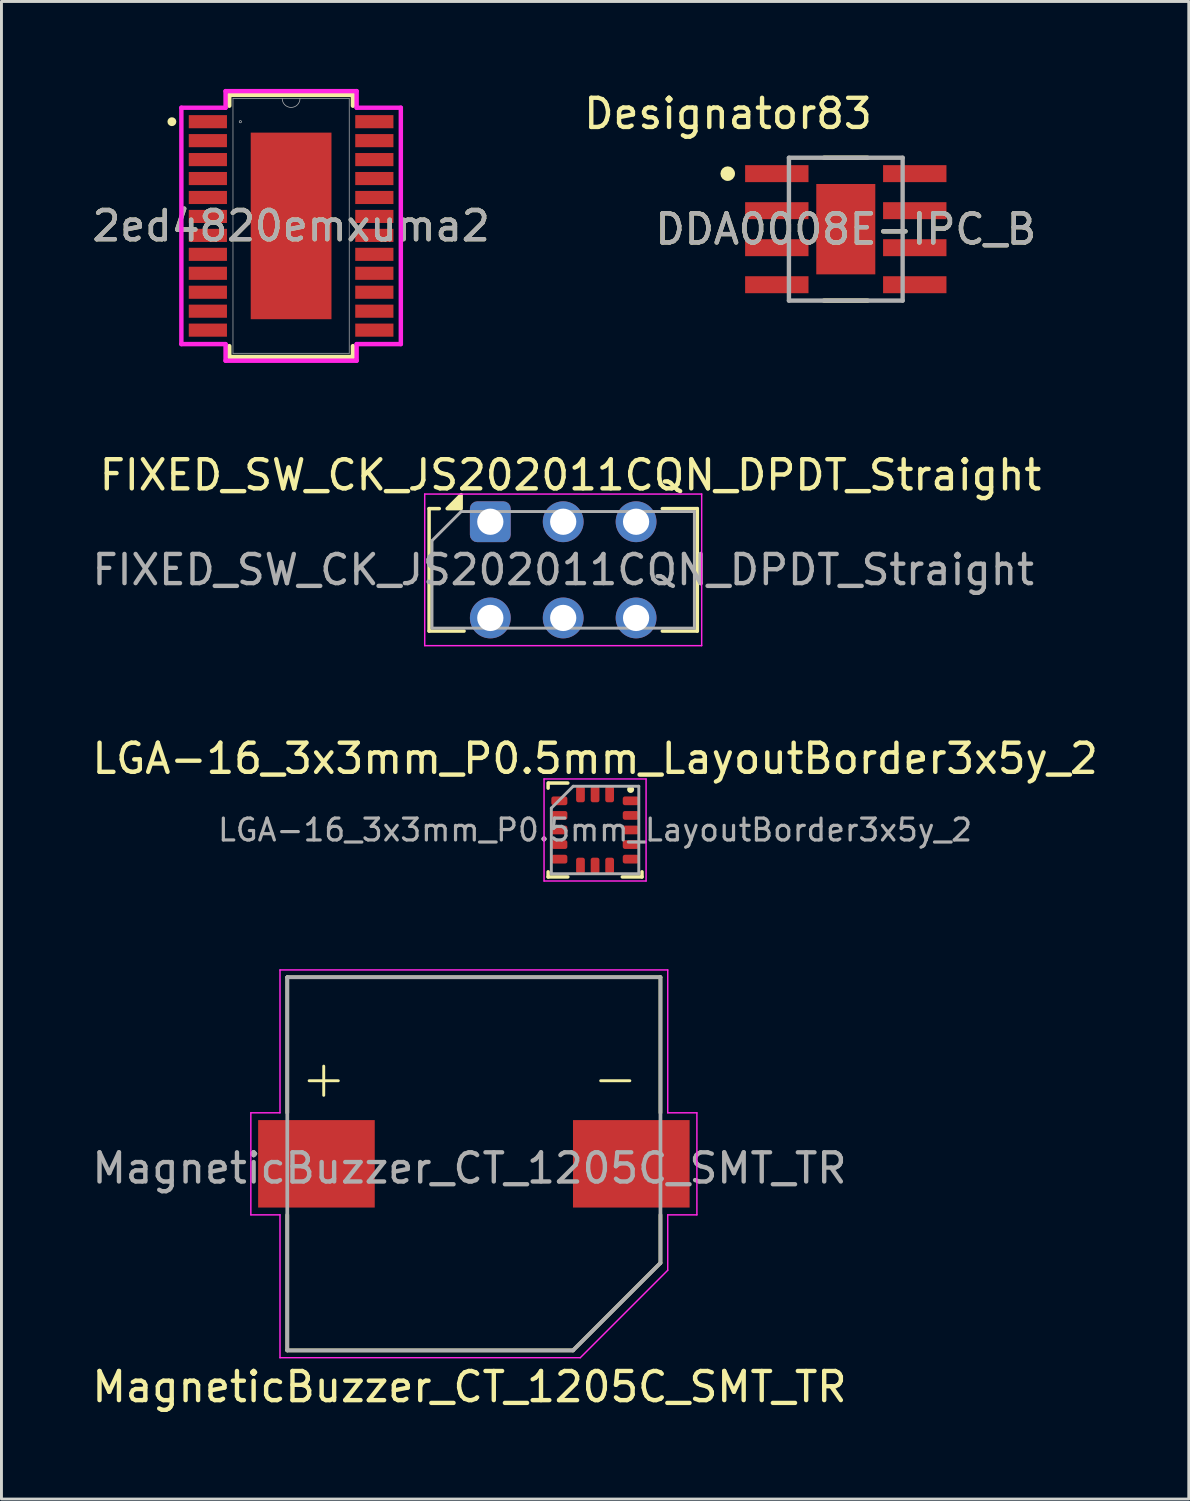
<source format=kicad_pcb>
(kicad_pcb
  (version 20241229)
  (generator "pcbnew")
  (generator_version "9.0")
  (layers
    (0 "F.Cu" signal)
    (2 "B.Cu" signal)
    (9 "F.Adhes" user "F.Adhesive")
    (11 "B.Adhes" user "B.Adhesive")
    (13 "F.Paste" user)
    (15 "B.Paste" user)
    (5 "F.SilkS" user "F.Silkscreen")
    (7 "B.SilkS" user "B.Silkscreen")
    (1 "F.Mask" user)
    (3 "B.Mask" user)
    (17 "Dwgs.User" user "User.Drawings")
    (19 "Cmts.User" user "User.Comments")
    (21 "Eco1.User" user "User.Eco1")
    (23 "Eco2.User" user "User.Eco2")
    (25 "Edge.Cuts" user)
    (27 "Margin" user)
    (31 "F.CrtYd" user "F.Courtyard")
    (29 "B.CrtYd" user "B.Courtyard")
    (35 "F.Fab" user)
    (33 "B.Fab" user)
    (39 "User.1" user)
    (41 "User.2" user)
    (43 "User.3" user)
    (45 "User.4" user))
  (footprint "FIXED_SW_CK_JS202011CQN_DPDT_Straight"
    (layer "F.Cu")
    (at 13.768 14.846)
    (property "Reference" "FIXED_SW_CK_JS202011CQN_DPDT_Straight" (at 2.75 -1.6 0) (layer "F.SilkS") (effects (font (size 1 1) (thickness 0.15))))
    (attr through_hole)
    (fp_line (start -2.1 -0.45) (end -2.1 3.75) (stroke (width 0.12) (type solid)) (layer "F.SilkS"))
    (fp_line (start -2.1 3.75) (end -0.9 3.75) (stroke (width 0.12) (type solid)) (layer "F.SilkS"))
    (fp_line (start -1.75 -0.45) (end -2.1 -0.45) (stroke (width 0.12) (type solid)) (layer "F.SilkS"))
    (fp_line (start 5.9 -0.45) (end 7.1 -0.45) (stroke (width 0.12) (type solid)) (layer "F.SilkS"))
    (fp_line (start 7.1 -0.45) (end 7.1 3.75) (stroke (width 0.12) (type solid)) (layer "F.SilkS"))
    (fp_line (start 7.1 3.75) (end 5.9 3.75) (stroke (width 0.12) (type solid)) (layer "F.SilkS"))
    (fp_poly (pts (xy -1 -0.45) (xy -1.48 -0.45) (xy -1 -0.93) (xy -1 -0.45)) (stroke (width 0.12) (type solid)) (fill yes) (layer "F.SilkS"))
    (fp_line (start -2.25 -0.95) (end 7.25 -0.95) (stroke (width 0.05) (type solid)) (layer "F.CrtYd"))
    (fp_line (start -2.25 4.25) (end -2.25 -0.95) (stroke (width 0.05) (type solid)) (layer "F.CrtYd"))
    (fp_line (start 7.25 -0.95) (end 7.25 4.25) (stroke (width 0.05) (type solid)) (layer "F.CrtYd"))
    (fp_line (start 7.25 4.25) (end -2.25 4.25) (stroke (width 0.05) (type solid)) (layer "F.CrtYd"))
    (fp_line (start -2 3.65) (end -2 0.65) (stroke (width 0.1) (type solid)) (layer "F.Fab"))
    (fp_line (start -1 -0.35) (end -2 0.65) (stroke (width 0.1) (type solid)) (layer "F.Fab"))
    (fp_line (start -1 -0.35) (end 7 -0.35) (stroke (width 0.1) (type solid)) (layer "F.Fab"))
    (fp_line (start 7 -0.35) (end 7 3.65) (stroke (width 0.1) (type solid)) (layer "F.Fab"))
    (fp_line (start 7 3.65) (end -2 3.65) (stroke (width 0.1) (type solid)) (layer "F.Fab"))
    (fp_text user "${REFERENCE}" (at 2.5 1.65 0) (layer "F.Fab") (effects (font (size 1 1) (thickness 0.15))))
    (pad "1" thru_hole circle (at 0 3.3) (size 1.4 1.4) (drill 0.9) (layers "*.Cu" "*.Mask"))
    (pad "2" thru_hole circle (at 2.5 3.3) (size 1.4 1.4) (drill 0.9) (layers "*.Cu" "*.Mask"))
    (pad "3" thru_hole circle (at 5 3.3) (size 1.4 1.4) (drill 0.9) (layers "*.Cu" "*.Mask"))
    (pad "4" thru_hole roundrect (at 0 0) (size 1.4 1.4) (drill 0.9) (layers "*.Cu" "*.Mask") (roundrect_rratio 0.179))
    (pad "5" thru_hole circle (at 2.5 0) (size 1.4 1.4) (drill 0.9) (layers "*.Cu" "*.Mask"))
    (pad "6" thru_hole circle (at 5 0) (size 1.4 1.4) (drill 0.9) (layers "*.Cu" "*.Mask")))
  (footprint "LGA-16_3x3mm_P0.5mm_LayoutBorder3x5y_2"
    (layer "F.Cu")
    (at 17.361 25.419)
    (property "Reference" "LGA-16_3x3mm_P0.5mm_LayoutBorder3x5y_2" (at 0.003 -2.45 0) (layer "F.SilkS") (effects (font (size 1 1) (thickness 0.15))))
    (attr smd)
    (fp_line (start -1.61 -1.61) (end -1.61 -1.435) (stroke (width 0.12) (type solid)) (layer "F.SilkS"))
    (fp_line (start -1.61 1.61) (end -1.61 1.435) (stroke (width 0.12) (type solid)) (layer "F.SilkS"))
    (fp_line (start -0.935 -1.61) (end -1.597 -1.61) (stroke (width 0.12) (type solid)) (layer "F.SilkS"))
    (fp_line (start -0.935 1.61) (end -1.61 1.61) (stroke (width 0.12) (type solid)) (layer "F.SilkS"))
    (fp_line (start 0.935 1.61) (end 1.61 1.61) (stroke (width 0.12) (type solid)) (layer "F.SilkS"))
    (fp_line (start 1.61 1.61) (end 1.61 1.435) (stroke (width 0.12) (type solid)) (layer "F.SilkS"))
    (fp_circle (center 1.22 -1.39) (end 1.15 -1.4) (stroke (width 0.1) (type default)) (fill yes) (layer "F.SilkS"))
    (fp_line (start -1.75 -1.75) (end -1.75 1.75) (stroke (width 0.05) (type solid)) (layer "F.CrtYd"))
    (fp_line (start -1.75 1.75) (end 1.75 1.75) (stroke (width 0.05) (type solid)) (layer "F.CrtYd"))
    (fp_line (start 1.75 -1.75) (end -1.75 -1.75) (stroke (width 0.05) (type solid)) (layer "F.CrtYd"))
    (fp_line (start 1.75 1.75) (end 1.75 -1.75) (stroke (width 0.05) (type solid)) (layer "F.CrtYd"))
    (fp_line (start -1.5 -0.75) (end -0.75 -1.5) (stroke (width 0.1) (type solid)) (layer "F.Fab"))
    (fp_line (start -1.5 1.5) (end -1.5 -0.75) (stroke (width 0.1) (type solid)) (layer "F.Fab"))
    (fp_line (start -0.75 -1.5) (end 1.5 -1.5) (stroke (width 0.1) (type solid)) (layer "F.Fab"))
    (fp_line (start 1.5 -1.5) (end 1.5 1.5) (stroke (width 0.1) (type solid)) (layer "F.Fab"))
    (fp_line (start 1.5 1.5) (end -1.5 1.5) (stroke (width 0.1) (type solid)) (layer "F.Fab"))
    (fp_text user "${REFERENCE}" (at 0 0 0) (layer "F.Fab") (effects (font (size 0.75 0.75) (thickness 0.11))))
    (pad "1" smd roundrect (at 1.225 -1) (size 0.55 0.3) (layers "F.Cu" "F.Mask" "F.Paste") (roundrect_rratio 0.25))
    (pad "2" smd roundrect (at 1.225 -0.5) (size 0.55 0.3) (layers "F.Cu" "F.Mask" "F.Paste") (roundrect_rratio 0.25))
    (pad "3" smd roundrect (at 1.225 0) (size 0.55 0.3) (layers "F.Cu" "F.Mask" "F.Paste") (roundrect_rratio 0.25))
    (pad "4" smd roundrect (at 1.225 0.5) (size 0.55 0.3) (layers "F.Cu" "F.Mask" "F.Paste") (roundrect_rratio 0.25))
    (pad "5" smd roundrect (at 1.225 1) (size 0.55 0.3) (layers "F.Cu" "F.Mask" "F.Paste") (roundrect_rratio 0.25))
    (pad "6" smd roundrect (at 0.5 1.225) (size 0.3 0.55) (layers "F.Cu" "F.Mask" "F.Paste") (roundrect_rratio 0.25))
    (pad "7" smd roundrect (at 0 1.225) (size 0.3 0.55) (layers "F.Cu" "F.Mask" "F.Paste") (roundrect_rratio 0.25))
    (pad "8" smd roundrect (at -0.5 1.225) (size 0.3 0.55) (layers "F.Cu" "F.Mask" "F.Paste") (roundrect_rratio 0.25))
    (pad "9" smd roundrect (at -1.225 1) (size 0.55 0.3) (layers "F.Cu" "F.Mask" "F.Paste") (roundrect_rratio 0.25))
    (pad "10" smd roundrect (at -1.225 0.5) (size 0.55 0.3) (layers "F.Cu" "F.Mask" "F.Paste") (roundrect_rratio 0.25))
    (pad "11" smd roundrect (at -1.225 0) (size 0.55 0.3) (layers "F.Cu" "F.Mask" "F.Paste") (roundrect_rratio 0.25))
    (pad "12" smd roundrect (at -1.225 -0.5) (size 0.55 0.3) (layers "F.Cu" "F.Mask" "F.Paste") (roundrect_rratio 0.25))
    (pad "13" smd roundrect (at -1.225 -1) (size 0.55 0.3) (layers "F.Cu" "F.Mask" "F.Paste") (roundrect_rratio 0.25))
    (pad "14" smd roundrect (at -0.5 -1.225) (size 0.3 0.55) (layers "F.Cu" "F.Mask" "F.Paste") (roundrect_rratio 0.25))
    (pad "15" smd roundrect (at 0 -1.225) (size 0.3 0.55) (layers "F.Cu" "F.Mask" "F.Paste") (roundrect_rratio 0.25))
    (pad "16" smd roundrect (at 0.5 -1.225) (size 0.3 0.55) (layers "F.Cu" "F.Mask" "F.Paste") (roundrect_rratio 0.25)))
  (footprint "MagneticBuzzer_CT_1205C_SMT_TR"
    (layer "F.Cu")
    (at 13.054 37.02)
    (property "Reference" "MagneticBuzzer_CT_1205C_SMT_TR" (at 0 7.5 0) (layer "F.SilkS") (effects (font (size 1 1) (thickness 0.15))))
    (attr smd)
    (fp_line (start -6.25 -6.55) (end 6.55 -6.55) (stroke (width 0.127) (type solid)) (layer "F.SilkS"))
    (fp_line (start -6.25 -1.9) (end -6.25 -6.55) (stroke (width 0.127) (type solid)) (layer "F.SilkS"))
    (fp_line (start -6.25 6.25) (end -6.25 1.6) (stroke (width 0.127) (type solid)) (layer "F.SilkS"))
    (fp_line (start -5.5 -3) (end -4.5 -3) (stroke (width 0.1) (type default)) (layer "F.SilkS"))
    (fp_line (start -5 -3.5) (end -5 -2.5) (stroke (width 0.1) (type default)) (layer "F.SilkS"))
    (fp_line (start 3.55 6.25) (end -6.25 6.25) (stroke (width 0.127) (type solid)) (layer "F.SilkS"))
    (fp_line (start 4.5 -3) (end 5.5 -3) (stroke (width 0.1) (type default)) (layer "F.SilkS"))
    (fp_line (start 6.55 -6.55) (end 6.55 -1.9) (stroke (width 0.127) (type solid)) (layer "F.SilkS"))
    (fp_line (start 6.55 1.6) (end 6.55 3.25) (stroke (width 0.127) (type solid)) (layer "F.SilkS"))
    (fp_line (start 6.55 3.25) (end 3.55 6.25) (stroke (width 0.127) (type solid)) (layer "F.SilkS"))
    (fp_line (start -7.5 -1.9) (end -6.5 -1.9) (stroke (width 0.05) (type solid)) (layer "F.CrtYd"))
    (fp_line (start -7.5 1.6) (end -7.5 -1.9) (stroke (width 0.05) (type solid)) (layer "F.CrtYd"))
    (fp_line (start -6.5 -6.8) (end 6.8 -6.8) (stroke (width 0.05) (type solid)) (layer "F.CrtYd"))
    (fp_line (start -6.5 -1.9) (end -6.5 -6.8) (stroke (width 0.05) (type solid)) (layer "F.CrtYd"))
    (fp_line (start -6.5 1.6) (end -7.5 1.6) (stroke (width 0.05) (type solid)) (layer "F.CrtYd"))
    (fp_line (start -6.5 6.5) (end -6.5 1.6) (stroke (width 0.05) (type solid)) (layer "F.CrtYd"))
    (fp_line (start 3.8 6.5) (end -6.5 6.5) (stroke (width 0.05) (type solid)) (layer "F.CrtYd"))
    (fp_line (start 6.8 -6.8) (end 6.8 -1.9) (stroke (width 0.05) (type solid)) (layer "F.CrtYd"))
    (fp_line (start 6.8 -1.9) (end 7.8 -1.9) (stroke (width 0.05) (type solid)) (layer "F.CrtYd"))
    (fp_line (start 6.8 1.6) (end 6.8 3.5) (stroke (width 0.05) (type solid)) (layer "F.CrtYd"))
    (fp_line (start 6.8 3.5) (end 3.8 6.5) (stroke (width 0.05) (type solid)) (layer "F.CrtYd"))
    (fp_line (start 7.8 -1.9) (end 7.8 1.6) (stroke (width 0.05) (type solid)) (layer "F.CrtYd"))
    (fp_line (start 7.8 1.6) (end 6.8 1.6) (stroke (width 0.05) (type solid)) (layer "F.CrtYd"))
    (fp_line (start -6.25 -6.55) (end 6.55 -6.55) (stroke (width 0.127) (type solid)) (layer "F.Fab"))
    (fp_line (start -6.25 6.25) (end -6.25 -6.55) (stroke (width 0.127) (type solid)) (layer "F.Fab"))
    (fp_line (start 3.55 6.25) (end -6.25 6.25) (stroke (width 0.127) (type solid)) (layer "F.Fab"))
    (fp_line (start 6.55 -6.55) (end 6.55 3.25) (stroke (width 0.127) (type solid)) (layer "F.Fab"))
    (fp_line (start 6.55 3.25) (end 3.55 6.25) (stroke (width 0.127) (type solid)) (layer "F.Fab"))
    (fp_text user "${REFERENCE}" (at 0 0 0) (layer "F.Fab") (effects (font (size 1 1) (thickness 0.15))))
    (pad "1" smd rect (at -5.25 -0.15) (size 4 3) (layers "F.Cu" "F.Mask" "F.Paste"))
    (pad "2" smd rect (at 5.55 -0.15) (size 4 3) (layers "F.Cu" "F.Mask" "F.Paste")))
  (footprint "2ed4820emxuma2"
    (layer "F.Cu")
    (at 6.935 4.699)
    (property "Reference" "2ed4820emxuma2" (at 0 0 0) (unlocked yes) (layer "F.SilkS") (effects (font (size 1 1) (thickness 0.15))))
    (attr smd)
    (fp_line (start -2.121 -4.496) (end -2.121 -4.123) (stroke (width 0.152) (type solid)) (layer "F.SilkS"))
    (fp_line (start -2.121 4.123) (end -2.121 4.496) (stroke (width 0.152) (type solid)) (layer "F.SilkS"))
    (fp_line (start -2.121 4.496) (end 2.121 4.496) (stroke (width 0.152) (type solid)) (layer "F.SilkS"))
    (fp_line (start 2.121 -4.496) (end -2.121 -4.496) (stroke (width 0.152) (type solid)) (layer "F.SilkS"))
    (fp_line (start 2.121 -4.123) (end 2.121 -4.496) (stroke (width 0.152) (type solid)) (layer "F.SilkS"))
    (fp_line (start 2.121 4.496) (end 2.121 4.123) (stroke (width 0.152) (type solid)) (layer "F.SilkS"))
    (fp_circle (center -4.089 -3.575) (end -4.013 -3.575) (stroke (width 0.152) (type solid)) (fill no) (layer "F.SilkS"))
    (fp_poly (pts (xy -1.285 -3.1) (xy -1.285 -0.2) (xy 1.285 -0.2) (xy 1.285 -3.1)) (stroke (width 0) (type solid)) (fill yes) (layer "F.Paste"))
    (fp_poly (pts (xy -1.285 0.2) (xy -1.285 3.1) (xy 1.285 3.1) (xy 1.285 0.2)) (stroke (width 0) (type solid)) (fill yes) (layer "F.Paste"))
    (fp_line (start -3.764 -4.054) (end -2.248 -4.054) (stroke (width 0.152) (type solid)) (layer "F.CrtYd"))
    (fp_line (start -3.764 4.054) (end -3.764 -4.054) (stroke (width 0.152) (type solid)) (layer "F.CrtYd"))
    (fp_line (start -3.764 4.054) (end -2.248 4.054) (stroke (width 0.152) (type solid)) (layer "F.CrtYd"))
    (fp_line (start -2.248 -4.623) (end 2.248 -4.623) (stroke (width 0.152) (type solid)) (layer "F.CrtYd"))
    (fp_line (start -2.248 -4.054) (end -2.248 -4.623) (stroke (width 0.152) (type solid)) (layer "F.CrtYd"))
    (fp_line (start -2.248 4.623) (end -2.248 4.054) (stroke (width 0.152) (type solid)) (layer "F.CrtYd"))
    (fp_line (start 2.248 -4.623) (end 2.248 -4.054) (stroke (width 0.152) (type solid)) (layer "F.CrtYd"))
    (fp_line (start 2.248 4.054) (end 2.248 4.623) (stroke (width 0.152) (type solid)) (layer "F.CrtYd"))
    (fp_line (start 2.248 4.623) (end -2.248 4.623) (stroke (width 0.152) (type solid)) (layer "F.CrtYd"))
    (fp_line (start 3.764 -4.054) (end 2.248 -4.054) (stroke (width 0.152) (type solid)) (layer "F.CrtYd"))
    (fp_line (start 3.764 -4.054) (end 3.764 4.054) (stroke (width 0.152) (type solid)) (layer "F.CrtYd"))
    (fp_line (start 3.764 4.054) (end 2.248 4.054) (stroke (width 0.152) (type solid)) (layer "F.CrtYd"))
    (fp_line (start -1.994 -4.369) (end -1.994 4.369) (stroke (width 0.025) (type solid)) (layer "F.Fab"))
    (fp_line (start -1.994 4.369) (end 1.994 4.369) (stroke (width 0.025) (type solid)) (layer "F.Fab"))
    (fp_line (start 1.994 -4.369) (end -1.994 -4.369) (stroke (width 0.025) (type solid)) (layer "F.Fab"))
    (fp_line (start 1.994 4.369) (end 1.994 -4.369) (stroke (width 0.025) (type solid)) (layer "F.Fab"))
    (fp_arc (start 0.3048 -4.3688) (mid 0 -4.064) (end -0.3048 -4.3688) (stroke (width 0.0254) (type solid)) (layer "F.Fab"))
    (fp_circle (center -1.74 -3.575) (end -1.702 -3.575) (stroke (width 0.025) (type solid)) (fill no) (layer "F.Fab"))
    (fp_text user "${REFERENCE}" (at 0 0 0) (unlocked yes) (layer "F.Fab") (effects (font (size 1 1) (thickness 0.15))))
    (pad "1" smd rect (at -2.855 -3.575) (size 1.31 0.45) (layers "F.Cu" "F.Mask" "F.Paste"))
    (pad "2" smd rect (at -2.855 -2.925) (size 1.31 0.45) (layers "F.Cu" "F.Mask" "F.Paste"))
    (pad "3" smd rect (at -2.855 -2.275) (size 1.31 0.45) (layers "F.Cu" "F.Mask" "F.Paste"))
    (pad "4" smd rect (at -2.855 -1.625) (size 1.31 0.45) (layers "F.Cu" "F.Mask" "F.Paste"))
    (pad "5" smd rect (at -2.855 -0.975) (size 1.31 0.45) (layers "F.Cu" "F.Mask" "F.Paste"))
    (pad "6" smd rect (at -2.855 -0.325) (size 1.31 0.45) (layers "F.Cu" "F.Mask" "F.Paste"))
    (pad "7" smd rect (at -2.855 0.325) (size 1.31 0.45) (layers "F.Cu" "F.Mask" "F.Paste"))
    (pad "8" smd rect (at -2.855 0.975) (size 1.31 0.45) (layers "F.Cu" "F.Mask" "F.Paste"))
    (pad "9" smd rect (at -2.855 1.625) (size 1.31 0.45) (layers "F.Cu" "F.Mask" "F.Paste"))
    (pad "10" smd rect (at -2.855 2.275) (size 1.31 0.45) (layers "F.Cu" "F.Mask" "F.Paste"))
    (pad "11" smd rect (at -2.855 2.925) (size 1.31 0.45) (layers "F.Cu" "F.Mask" "F.Paste"))
    (pad "12" smd rect (at -2.855 3.575) (size 1.31 0.45) (layers "F.Cu" "F.Mask" "F.Paste"))
    (pad "13" smd rect (at 2.855 3.575) (size 1.31 0.45) (layers "F.Cu" "F.Mask" "F.Paste"))
    (pad "14" smd rect (at 2.855 2.925) (size 1.31 0.45) (layers "F.Cu" "F.Mask" "F.Paste"))
    (pad "15" smd rect (at 2.855 2.275) (size 1.31 0.45) (layers "F.Cu" "F.Mask" "F.Paste"))
    (pad "16" smd rect (at 2.855 1.625) (size 1.31 0.45) (layers "F.Cu" "F.Mask" "F.Paste"))
    (pad "17" smd rect (at 2.855 0.975) (size 1.31 0.45) (layers "F.Cu" "F.Mask" "F.Paste"))
    (pad "18" smd rect (at 2.855 0.325) (size 1.31 0.45) (layers "F.Cu" "F.Mask" "F.Paste"))
    (pad "19" smd rect (at 2.855 -0.325) (size 1.31 0.45) (layers "F.Cu" "F.Mask" "F.Paste"))
    (pad "20" smd rect (at 2.855 -0.975) (size 1.31 0.45) (layers "F.Cu" "F.Mask" "F.Paste"))
    (pad "21" smd rect (at 2.855 -1.625) (size 1.31 0.45) (layers "F.Cu" "F.Mask" "F.Paste"))
    (pad "22" smd rect (at 2.855 -2.275) (size 1.31 0.45) (layers "F.Cu" "F.Mask" "F.Paste"))
    (pad "23" smd rect (at 2.855 -2.925) (size 1.31 0.45) (layers "F.Cu" "F.Mask" "F.Paste"))
    (pad "24" smd rect (at 2.855 -3.575) (size 1.31 0.45) (layers "F.Cu" "F.Mask" "F.Paste"))
    (pad "25" smd rect (at 0 0) (size 2.77 6.4) (layers "F.Cu" "F.Mask")))
  (footprint "DDA0008E-IPC_B"
    (layer "F.Cu")
    (at 25.961 4.811)
    (property "Reference" "DDA0008E-IPC_B" (at 0 0 0) (unlocked yes) (layer "F.SilkS") (effects (font (size 1 1) (thickness 0.15))))
    (attr smd)
    (fp_line (start -0.75 -2.45) (end 0.75 -2.45) (stroke (width 0.15) (type solid)) (layer "F.SilkS"))
    (fp_line (start -0.75 2.45) (end 0.75 2.45) (stroke (width 0.15) (type solid)) (layer "F.SilkS"))
    (fp_circle (center -4.05 -1.905) (end -3.925 -1.905) (stroke (width 0.25) (type solid)) (fill no) (layer "F.SilkS"))
    (fp_poly (pts (xy -0.568 1.105) (xy 0.568 1.105) (xy 0.568 -1.105) (xy -0.568 -1.105)) (stroke (width 0) (type solid)) (fill yes) (layer "F.Paste"))
    (fp_line (start -1.95 -2.45) (end 1.95 -2.45) (stroke (width 0.15) (type solid)) (layer "F.Fab"))
    (fp_line (start -1.95 2.45) (end -1.95 -2.45) (stroke (width 0.15) (type solid)) (layer "F.Fab"))
    (fp_line (start -1.95 2.45) (end 1.95 2.45) (stroke (width 0.15) (type solid)) (layer "F.Fab"))
    (fp_line (start 1.95 2.45) (end 1.95 -2.45) (stroke (width 0.15) (type solid)) (layer "F.Fab"))
    (fp_text user "Designator83" (at -4.039 -3.962 0) (unlocked yes) (layer "F.SilkS") (effects (font (size 1 1) (thickness 0.15))))
    (fp_text user "${REFERENCE}" (at 0 0 0) (unlocked yes) (layer "F.Fab") (effects (font (size 1 1) (thickness 0.15))))
    (pad "1" smd rect (at -2.366 -1.905) (size 2.174 0.582) (layers "F.Cu" "F.Mask" "F.Paste"))
    (pad "2" smd rect (at -2.366 -0.635) (size 2.174 0.582) (layers "F.Cu" "F.Mask" "F.Paste"))
    (pad "3" smd rect (at -2.366 0.635) (size 2.174 0.582) (layers "F.Cu" "F.Mask" "F.Paste"))
    (pad "4" smd rect (at -2.366 1.905) (size 2.174 0.582) (layers "F.Cu" "F.Mask" "F.Paste"))
    (pad "5" smd rect (at 2.366 1.905) (size 2.174 0.582) (layers "F.Cu" "F.Mask" "F.Paste"))
    (pad "6" smd rect (at 2.366 0.635) (size 2.174 0.582) (layers "F.Cu" "F.Mask" "F.Paste"))
    (pad "7" smd rect (at 2.366 -0.635) (size 2.174 0.582) (layers "F.Cu" "F.Mask" "F.Paste"))
    (pad "8" smd rect (at 2.366 -1.905) (size 2.174 0.582) (layers "F.Cu" "F.Mask" "F.Paste"))
    (pad "9" smd rect (at 0 0) (size 2.025 3.1) (layers "F.Cu" "F.Mask")))
  (gr_rect
    (start -3 -3)
    (end 37.726 48.368)
    (stroke (width 0.1) (type default))
    (fill no)
    (layer "Edge.Cuts")))
</source>
